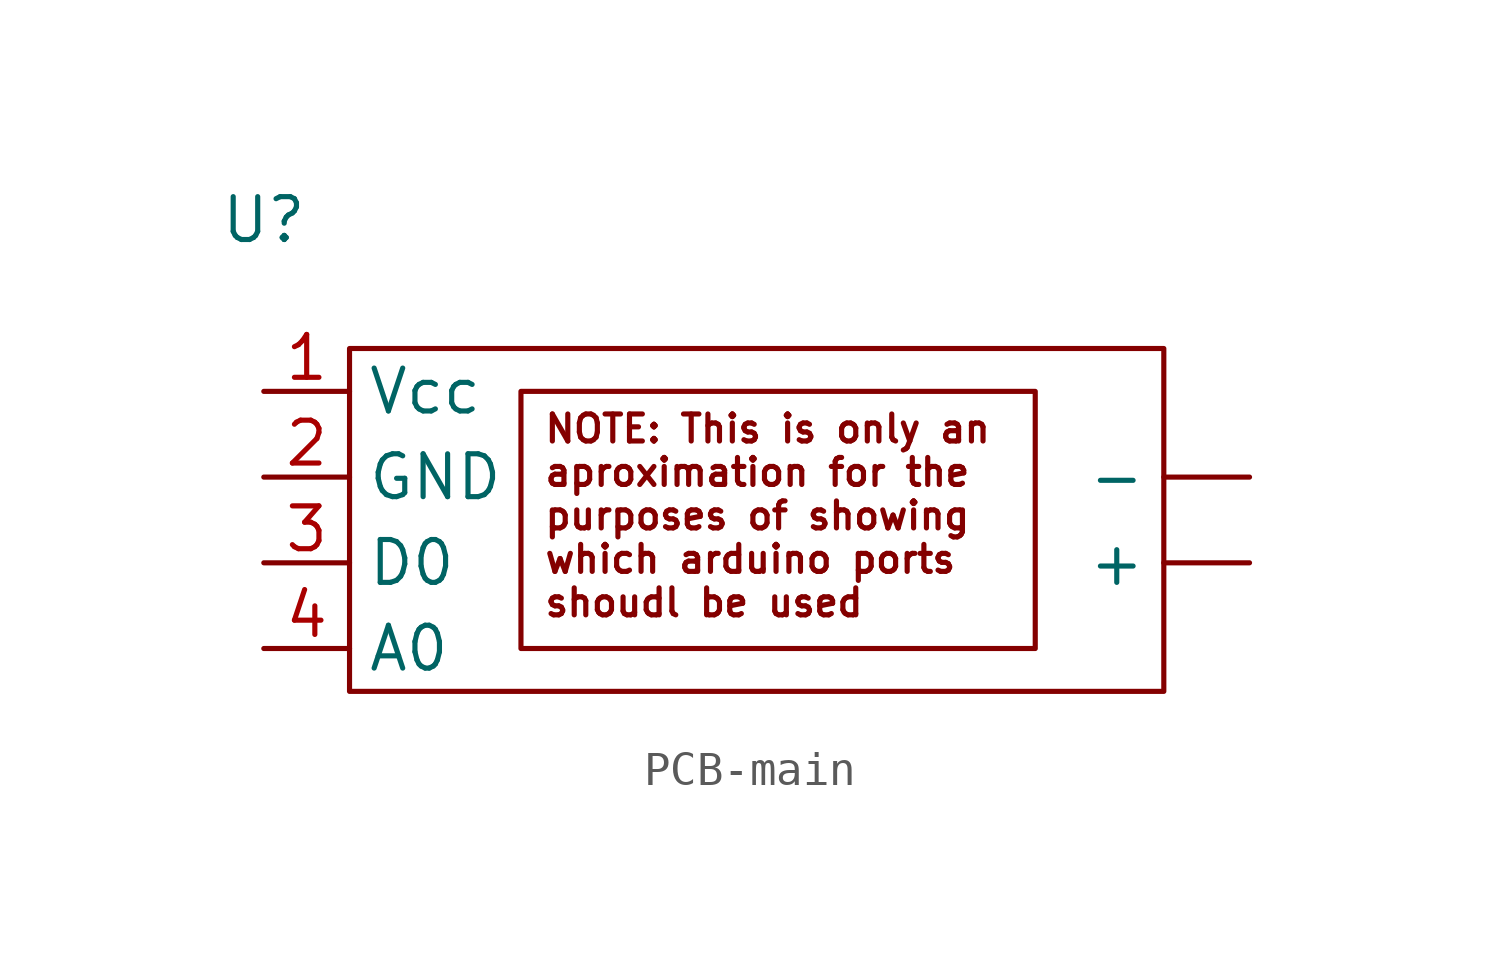
<source format=kicad_sym>
(kicad_symbol_lib
  (version 20220914)
  (generator kicad_symbol_editor)
  (symbol "PCB-main"
    (property "Reference" "U"
      (at -15.24 1.27 0)
      (effects (font (size 1.27 1.27))))
    (property "Value" ""
      (at -11.43 1.27 0)
      (effects (font (size 1.27 1.27))))
    (symbol "PCB-main_0_1"
      (rectangle (start -12.7 -2.54) (end 11.43 -12.7) (stroke (width 0) (type default)) (fill (type none))))
    (symbol "PCB-main_1_1"
      (text_box "NOTE: This is only an aproximation for the purposes of showing which arduino ports shoudl be used\n" (at -7.62 -3.81 0) (size 15.24 -7.62) (stroke (width 0) (type default)) (fill (type none)) (effects (font (size 0.8 0.8)) (justify left top)))
      (pin power_in line (at 13.97 -8.89 180) (length 2.54) (name "+" (effects (font (size 1.27 1.27)))) (number "" (effects (font (size 1.27 1.27)))))
      (pin power_out line (at 13.97 -6.35 180) (length 2.54) (name "-" (effects (font (size 1.27 1.27)))) (number "" (effects (font (size 1.27 1.27)))))
      (pin power_in line (at -15.24 -3.81 0) (length 2.54) (name "Vcc" (effects (font (size 1.27 1.27)))) (number "1" (effects (font (size 1.27 1.27)))))
      (pin power_in line (at -15.24 -6.35 0) (length 2.54) (name "GND" (effects (font (size 1.27 1.27)))) (number "2" (effects (font (size 1.27 1.27)))))
      (pin output line (at -15.24 -8.89 0) (length 2.54) (name "D0" (effects (font (size 1.27 1.27)))) (number "3" (effects (font (size 1.27 1.27)))))
      (pin output line (at -15.24 -11.43 0) (length 2.54) (name "A0" (effects (font (size 1.27 1.27)))) (number "4" (effects (font (size 1.27 1.27))))))))
</source>
